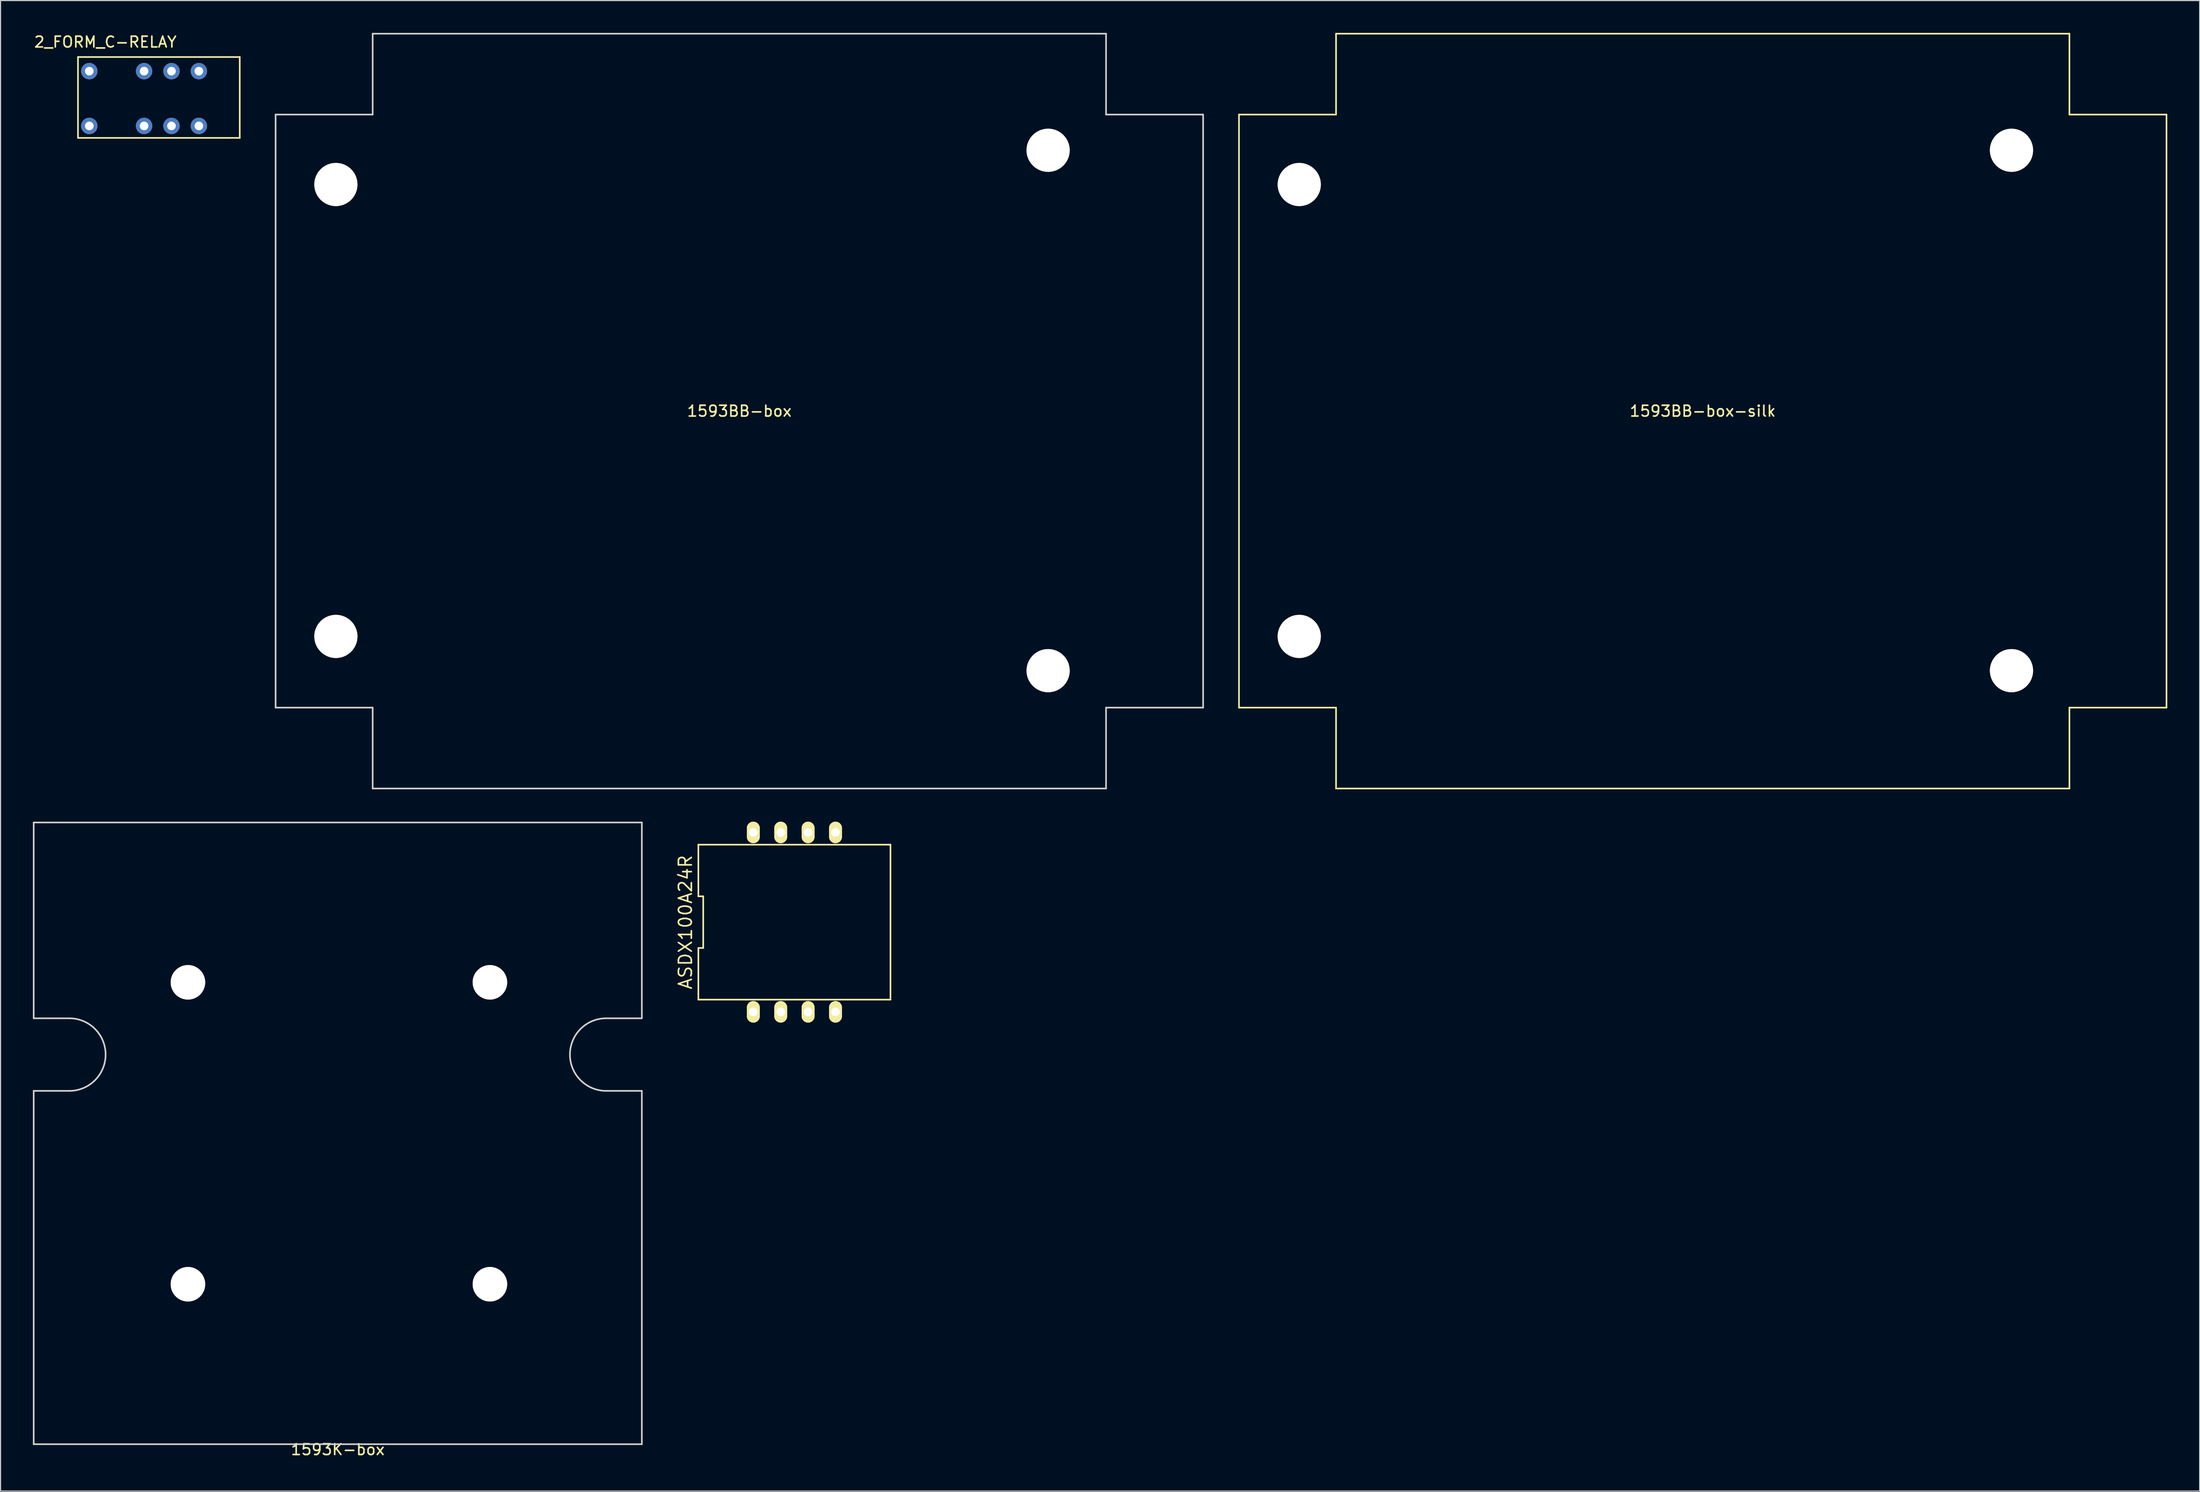
<source format=kicad_pcb>
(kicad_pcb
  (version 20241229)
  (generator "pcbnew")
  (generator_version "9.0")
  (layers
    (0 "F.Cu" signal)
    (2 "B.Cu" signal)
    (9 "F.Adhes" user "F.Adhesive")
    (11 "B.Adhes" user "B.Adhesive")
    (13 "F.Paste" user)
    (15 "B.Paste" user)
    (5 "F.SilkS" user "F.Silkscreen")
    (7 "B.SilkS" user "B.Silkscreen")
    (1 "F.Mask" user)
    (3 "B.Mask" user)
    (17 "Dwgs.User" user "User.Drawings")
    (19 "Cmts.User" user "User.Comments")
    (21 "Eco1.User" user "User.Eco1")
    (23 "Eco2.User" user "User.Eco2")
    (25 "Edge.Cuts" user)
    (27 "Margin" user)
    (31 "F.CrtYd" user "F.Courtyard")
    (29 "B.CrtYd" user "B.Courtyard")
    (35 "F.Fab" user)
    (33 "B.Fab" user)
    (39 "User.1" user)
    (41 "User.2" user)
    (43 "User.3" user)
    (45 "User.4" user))
  (footprint "1593BB-box"
    (layer "F.Cu")
    (at 22.505 62.575)
    (property "Reference" "1593BB-box" (at 43 -27.5 0) (layer "F.SilkS") (effects (font (size 1 1) (thickness 0.15))))
    (attr exclude_from_pos_files exclude_from_bom)
    (fp_line (start 0 -55) (end 9 -55) (stroke (width 0.15) (type solid)) (layer "Edge.Cuts"))
    (fp_line (start 0 0) (end 0 -55) (stroke (width 0.15) (type solid)) (layer "Edge.Cuts"))
    (fp_line (start 0 0) (end 9 0) (stroke (width 0.15) (type solid)) (layer "Edge.Cuts"))
    (fp_line (start 9 -62.5) (end 77 -62.5) (stroke (width 0.15) (type solid)) (layer "Edge.Cuts"))
    (fp_line (start 9 -55) (end 9 -62.5) (stroke (width 0.15) (type solid)) (layer "Edge.Cuts"))
    (fp_line (start 9 0) (end 9 7.5) (stroke (width 0.15) (type solid)) (layer "Edge.Cuts"))
    (fp_line (start 77 -55) (end 77 -62.5) (stroke (width 0.15) (type solid)) (layer "Edge.Cuts"))
    (fp_line (start 77 0) (end 77 7.5) (stroke (width 0.15) (type solid)) (layer "Edge.Cuts"))
    (fp_line (start 77 7.5) (end 9 7.5) (stroke (width 0.15) (type solid)) (layer "Edge.Cuts"))
    (fp_line (start 86 -55) (end 77 -55) (stroke (width 0.15) (type solid)) (layer "Edge.Cuts"))
    (fp_line (start 86 -55) (end 86 0) (stroke (width 0.15) (type solid)) (layer "Edge.Cuts"))
    (fp_line (start 86 0) (end 77 0) (stroke (width 0.15) (type solid)) (layer "Edge.Cuts"))
    (pad "" np_thru_hole circle (at 5.588 -48.514) (size 4 4) (drill 4) (layers "*.Cu" "*.Mask" "F.SilkS"))
    (pad "" np_thru_hole circle (at 5.588 -6.604) (size 4 4) (drill 4) (layers "*.Cu" "*.Mask" "F.SilkS"))
    (pad "" np_thru_hole circle (at 71.628 -51.689) (size 4 4) (drill 4) (layers "*.Cu" "*.Mask" "F.SilkS"))
    (pad "" np_thru_hole circle (at 71.628 -3.429) (size 4 4) (drill 4) (layers "*.Cu" "*.Mask" "F.SilkS")))
  (footprint "1593K-box"
    (layer "F.Cu")
    (at 14.375 116.049)
    (property "Reference" "1593K-box" (at 13.894 15.334 0) (layer "F.SilkS") (effects (font (size 1 1) (thickness 0.15))))
    (attr through_hole)
    (fp_line (start -14.3 -42.824) (end 42.088 -42.824) (stroke (width 0.15) (type solid)) (layer "Edge.Cuts"))
    (fp_line (start -14.3 -24.663) (end -14.3 -42.824) (stroke (width 0.15) (type solid)) (layer "Edge.Cuts"))
    (fp_line (start -14.3 -24.663) (end -10.998 -24.663) (stroke (width 0.15) (type solid)) (layer "Edge.Cuts"))
    (fp_line (start -14.3 -17.932) (end -10.998 -17.932) (stroke (width 0.15) (type solid)) (layer "Edge.Cuts"))
    (fp_line (start -14.3 14.834) (end -14.3 -17.932) (stroke (width 0.15) (type solid)) (layer "Edge.Cuts"))
    (fp_line (start 42.088 -42.824) (end 42.088 -24.663) (stroke (width 0.15) (type solid)) (layer "Edge.Cuts"))
    (fp_line (start 42.088 -24.663) (end 38.786 -24.663) (stroke (width 0.15) (type solid)) (layer "Edge.Cuts"))
    (fp_line (start 42.088 -17.932) (end 38.786 -17.932) (stroke (width 0.15) (type solid)) (layer "Edge.Cuts"))
    (fp_line (start 42.088 -17.932) (end 42.088 14.834) (stroke (width 0.15) (type solid)) (layer "Edge.Cuts"))
    (fp_line (start 42.088 14.834) (end -14.3 14.834) (stroke (width 0.15) (type solid)) (layer "Edge.Cuts"))
    (fp_arc (start -10.9982 -24.6634) (mid -7.6327 -21.2979) (end -10.9982 -17.9324) (stroke (width 0.15) (type solid)) (layer "Edge.Cuts"))
    (fp_arc (start 38.7858 -17.9324) (mid 35.4203 -21.2979) (end 38.7858 -24.6634) (stroke (width 0.15) (type solid)) (layer "Edge.Cuts"))
    (pad "" np_thru_hole circle (at 0 -28) (size 3.2 3.2) (drill 3.2) (layers "*.Cu" "*.Mask" "Edge.Cuts"))
    (pad "" np_thru_hole circle (at 0 0) (size 3.2 3.2) (drill 3.2) (layers "*.Cu" "*.Mask" "Edge.Cuts"))
    (pad "" np_thru_hole circle (at 28 -28) (size 3.2 3.2) (drill 3.2) (layers "*.Cu" "*.Mask" "Edge.Cuts"))
    (pad "" np_thru_hole circle (at 28 0) (size 3.2 3.2) (drill 3.2) (layers "*.Cu" "*.Mask" "Edge.Cuts")))
  (footprint "1593BB-box-silk"
    (layer "F.Cu")
    (at 111.83 62.575)
    (property "Reference" "1593BB-box-silk" (at 43 -27.5 0) (layer "F.SilkS") (effects (font (size 1 1) (thickness 0.15))))
    (attr exclude_from_pos_files exclude_from_bom)
    (fp_line (start 0 -55) (end 9 -55) (stroke (width 0.15) (type solid)) (layer "F.SilkS"))
    (fp_line (start 0 0) (end 0 -55) (stroke (width 0.15) (type solid)) (layer "F.SilkS"))
    (fp_line (start 0 0) (end 9 0) (stroke (width 0.15) (type solid)) (layer "F.SilkS"))
    (fp_line (start 9 -62.5) (end 77 -62.5) (stroke (width 0.15) (type solid)) (layer "F.SilkS"))
    (fp_line (start 9 -55) (end 9 -62.5) (stroke (width 0.15) (type solid)) (layer "F.SilkS"))
    (fp_line (start 9 0) (end 9 7.5) (stroke (width 0.15) (type solid)) (layer "F.SilkS"))
    (fp_line (start 77 -55) (end 77 -62.5) (stroke (width 0.15) (type solid)) (layer "F.SilkS"))
    (fp_line (start 77 0) (end 77 7.5) (stroke (width 0.15) (type solid)) (layer "F.SilkS"))
    (fp_line (start 77 7.5) (end 9 7.5) (stroke (width 0.15) (type solid)) (layer "F.SilkS"))
    (fp_line (start 86 -55) (end 77 -55) (stroke (width 0.15) (type solid)) (layer "F.SilkS"))
    (fp_line (start 86 -55) (end 86 0) (stroke (width 0.15) (type solid)) (layer "F.SilkS"))
    (fp_line (start 86 0) (end 77 0) (stroke (width 0.15) (type solid)) (layer "F.SilkS"))
    (pad "" np_thru_hole circle (at 5.588 -48.514) (size 4 4) (drill 4) (layers "*.Cu" "*.Mask" "F.SilkS"))
    (pad "" np_thru_hole circle (at 5.588 -6.604) (size 4 4) (drill 4) (layers "*.Cu" "*.Mask" "F.SilkS"))
    (pad "" np_thru_hole circle (at 71.628 -51.689) (size 4 4) (drill 4) (layers "*.Cu" "*.Mask" "F.SilkS"))
    (pad "" np_thru_hole circle (at 71.628 -3.429) (size 4 4) (drill 4) (layers "*.Cu" "*.Mask" "F.SilkS")))
  (footprint "2_FORM_C-RELAY"
    (layer "F.Cu")
    (at 4.18 9.738)
    (property "Reference" "2_FORM_C-RELAY" (at 2.54 -8.89 0) (layer "F.SilkS") (effects (font (size 1 1) (thickness 0.15))))
    (attr through_hole)
    (fp_line (start 0 -7.5) (end 0 0) (stroke (width 0.15) (type solid)) (layer "F.SilkS"))
    (fp_line (start 0 0) (end 15 0) (stroke (width 0.15) (type solid)) (layer "F.SilkS"))
    (fp_line (start 15 -7.5) (end 0 -7.5) (stroke (width 0.15) (type solid)) (layer "F.SilkS"))
    (fp_line (start 15 0) (end 15 -7.5) (stroke (width 0.15) (type solid)) (layer "F.SilkS"))
    (pad "1" thru_hole circle (at 1.05 -6.19) (size 1.524 1.524) (drill 0.8) (layers "*.Cu" "*.Mask"))
    (pad "3" thru_hole circle (at 6.13 -6.19) (size 1.524 1.524) (drill 0.8) (layers "*.Cu" "*.Mask"))
    (pad "4" thru_hole circle (at 8.67 -6.19) (size 1.524 1.524) (drill 0.8) (layers "*.Cu" "*.Mask"))
    (pad "5" thru_hole circle (at 11.21 -6.19) (size 1.524 1.524) (drill 0.8) (layers "*.Cu" "*.Mask"))
    (pad "8" thru_hole circle (at 11.21 -1.11) (size 1.524 1.524) (drill 0.8) (layers "*.Cu" "*.Mask"))
    (pad "9" thru_hole circle (at 8.67 -1.11) (size 1.524 1.524) (drill 0.8) (layers "*.Cu" "*.Mask"))
    (pad "10" thru_hole circle (at 6.13 -1.11) (size 1.524 1.524) (drill 0.8) (layers "*.Cu" "*.Mask"))
    (pad "12" thru_hole circle (at 1.05 -1.11) (size 1.524 1.524) (drill 0.8) (layers "*.Cu" "*.Mask")))
  (footprint "ASDX100A24R"
    (layer "F.Cu")
    (at 70.609 82.469)
    (property "Reference" "ASDX100A24R" (at -10.106 0 90) (layer "F.SilkS") (effects (font (size 1.2 1.2) (thickness 0.15))))
    (attr through_hole)
    (fp_line (start -8.906 -7.186) (end -8.906 -2.395) (stroke (width 0.15) (type solid)) (layer "F.SilkS"))
    (fp_line (start -8.906 -2.395) (end -8.456 -2.395) (stroke (width 0.15) (type solid)) (layer "F.SilkS"))
    (fp_line (start -8.906 2.395) (end -8.906 7.186) (stroke (width 0.15) (type solid)) (layer "F.SilkS"))
    (fp_line (start -8.906 7.186) (end 8.906 7.186) (stroke (width 0.15) (type solid)) (layer "F.SilkS"))
    (fp_line (start -8.456 -2.395) (end -8.456 2.395) (stroke (width 0.15) (type solid)) (layer "F.SilkS"))
    (fp_line (start -8.456 2.395) (end -8.906 2.395) (stroke (width 0.15) (type solid)) (layer "F.SilkS"))
    (fp_line (start 8.906 -7.186) (end -8.906 -7.186) (stroke (width 0.15) (type solid)) (layer "F.SilkS"))
    (fp_line (start 8.906 7.186) (end 8.906 -7.186) (stroke (width 0.15) (type solid)) (layer "F.SilkS"))
    (pad "1" thru_hole oval (at -3.81 -8.319) (size 1.2 2) (drill 0.8) (layers "*.Cu" "*.Mask" "F.SilkS"))
    (pad "2" thru_hole oval (at -1.27 -8.319) (size 1.2 2) (drill 0.8) (layers "*.Cu" "*.Mask" "F.SilkS"))
    (pad "3" thru_hole oval (at 1.27 -8.319) (size 1.2 2) (drill 0.8) (layers "*.Cu" "*.Mask" "F.SilkS"))
    (pad "4" thru_hole oval (at 3.81 -8.319) (size 1.2 2) (drill 0.8) (layers "*.Cu" "*.Mask" "F.SilkS"))
    (pad "5" thru_hole oval (at -3.81 8.319) (size 1.2 2) (drill 0.8) (layers "*.Cu" "*.Mask" "F.SilkS"))
    (pad "6" thru_hole oval (at -1.27 8.319) (size 1.2 2) (drill 0.8) (layers "*.Cu" "*.Mask" "F.SilkS"))
    (pad "7" thru_hole oval (at 1.27 8.319) (size 1.2 2) (drill 0.8) (layers "*.Cu" "*.Mask" "F.SilkS"))
    (pad "8" thru_hole oval (at 3.81 8.319) (size 1.2 2) (drill 0.8) (layers "*.Cu" "*.Mask" "F.SilkS")))
  (gr_rect
    (start -3 -3)
    (end 200.905 135.231)
    (stroke (width 0.1) (type default))
    (fill no)
    (layer "Edge.Cuts")))
</source>
